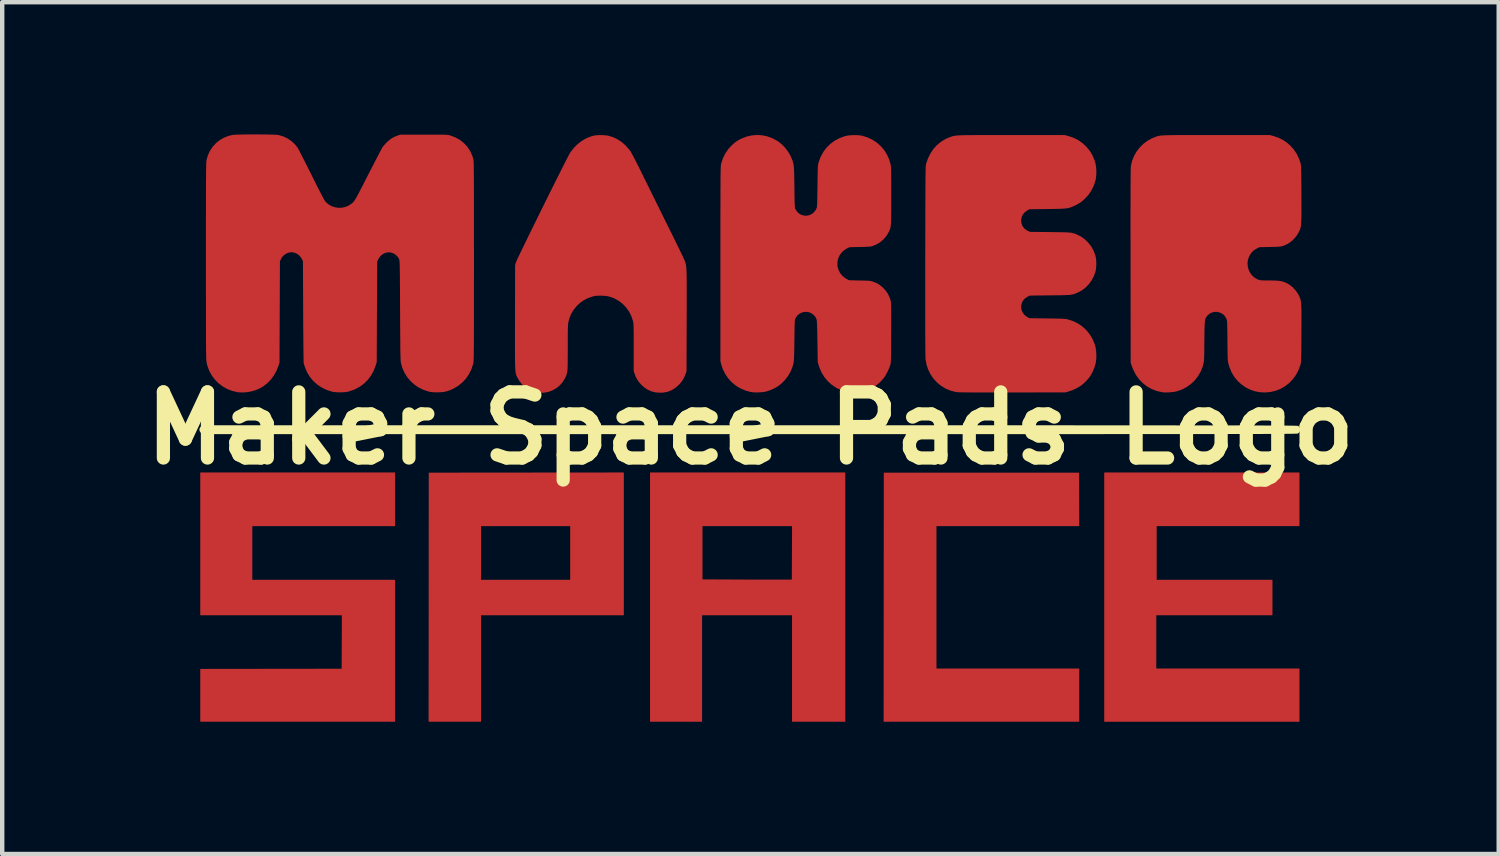
<source format=kicad_pcb>
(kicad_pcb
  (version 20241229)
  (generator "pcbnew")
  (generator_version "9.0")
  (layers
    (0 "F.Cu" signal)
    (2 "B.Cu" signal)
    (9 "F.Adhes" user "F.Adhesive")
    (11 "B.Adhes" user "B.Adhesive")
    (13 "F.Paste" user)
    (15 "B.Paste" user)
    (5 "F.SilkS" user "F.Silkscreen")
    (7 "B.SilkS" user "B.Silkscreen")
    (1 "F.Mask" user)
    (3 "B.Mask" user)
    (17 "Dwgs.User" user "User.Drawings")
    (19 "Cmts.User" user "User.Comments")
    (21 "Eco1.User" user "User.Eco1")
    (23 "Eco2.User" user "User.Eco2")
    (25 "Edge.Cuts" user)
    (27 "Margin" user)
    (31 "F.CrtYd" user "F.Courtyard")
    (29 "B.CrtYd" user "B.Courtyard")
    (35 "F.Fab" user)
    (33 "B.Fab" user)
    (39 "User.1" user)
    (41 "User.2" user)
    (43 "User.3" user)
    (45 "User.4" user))
  (footprint "Maker Space Pads Logo"
    (layer "F.Cu")
    (at 13.979 6.664)
    (property "Reference" "Maker Space Pads Logo" (at 0 0 0) (layer "F.SilkS") (effects (font (size 1.5 1.5) (thickness 0.3))))
    (attr board_only exclude_from_pos_files exclude_from_bom)
    (fp_poly (pts (xy 0.562 -0.064) (xy 1.122 -0.064) (xy 1.664 -0.064) (xy 2.189 -0.064) (xy 2.697 -0.064) (xy 3.188 -0.064) (xy 3.663 -0.064) (xy 4.121 -0.064) (xy 4.563 -0.064) (xy 4.989 -0.064) (xy 5.4 -0.064) (xy 5.795 -0.064) (xy 6.176 -0.064) (xy 6.542 -0.064) (xy 6.893 -0.064) (xy 7.231 -0.064) (xy 7.555 -0.063) (xy 7.865 -0.063) (xy 8.162 -0.063) (xy 8.446 -0.063) (xy 8.717 -0.063) (xy 8.976 -0.063) (xy 9.223 -0.063) (xy 9.458 -0.063) (xy 9.682 -0.062) (xy 9.894 -0.062) (xy 10.095 -0.062) (xy 10.286 -0.062) (xy 10.466 -0.062) (xy 10.636 -0.062) (xy 10.796 -0.061) (xy 10.947 -0.061) (xy 11.088 -0.061) (xy 11.22 -0.061) (xy 11.344 -0.06) (xy 11.459 -0.06) (xy 11.566 -0.06) (xy 11.665 -0.059) (xy 11.757 -0.059) (xy 11.841 -0.059) (xy 11.918 -0.058) (xy 11.989 -0.058) (xy 12.053 -0.058) (xy 12.111 -0.057) (xy 12.162 -0.057) (xy 12.209 -0.056) (xy 12.25 -0.056) (xy 12.286 -0.055) (xy 12.317 -0.055) (xy 12.343 -0.054) (xy 12.366 -0.054) (xy 12.384 -0.053) (xy 12.399 -0.053) (xy 12.41 -0.052) (xy 12.419 -0.051) (xy 12.424 -0.051) (xy 12.427 -0.05) (xy 12.428 -0.05) (xy 12.451 -0.026) (xy 12.468 0.005) (xy 12.476 0.035) (xy 12.476 0.037) (xy 12.468 0.07) (xy 12.448 0.101) (xy 12.421 0.123) (xy 12.421 0.123) (xy 12.419 0.124) (xy 12.413 0.125) (xy 12.405 0.125) (xy 12.393 0.126) (xy 12.378 0.126) (xy 12.359 0.127) (xy 12.336 0.128) (xy 12.308 0.128) (xy 12.276 0.129) (xy 12.238 0.129) (xy 12.195 0.129) (xy 12.147 0.13) (xy 12.093 0.13) (xy 12.033 0.131) (xy 11.966 0.131) (xy 11.893 0.132) (xy 11.813 0.132) (xy 11.726 0.132) (xy 11.631 0.133) (xy 11.528 0.133) (xy 11.417 0.133) (xy 11.298 0.133) (xy 11.17 0.134) (xy 11.033 0.134) (xy 10.887 0.134) (xy 10.732 0.135) (xy 10.567 0.135) (xy 10.392 0.135) (xy 10.206 0.135) (xy 10.01 0.135) (xy 9.803 0.136) (xy 9.585 0.136) (xy 9.355 0.136) (xy 9.114 0.136) (xy 8.861 0.136) (xy 8.595 0.136) (xy 8.317 0.136) (xy 8.026 0.136) (xy 7.722 0.137) (xy 7.404 0.137) (xy 7.073 0.137) (xy 6.728 0.137) (xy 6.369 0.137) (xy 5.995 0.137) (xy 5.606 0.137) (xy 5.202 0.137) (xy 4.783 0.137) (xy 4.348 0.137) (xy 3.898 0.137) (xy 3.431 0.137) (xy 2.947 0.137) (xy 2.447 0.137) (xy 1.93 0.137) (xy 1.396 0.137) (xy 0.843 0.137) (xy 0.273 0.137) (xy -0.023 0.137) (xy -12.441 0.137) (xy -12.472 0.106) (xy -12.498 0.07) (xy -12.505 0.033) (xy -12.495 -0.004) (xy -12.472 -0.033) (xy -12.441 -0.064) (xy -0.017 -0.064)) (stroke (width 0) (type solid)) (fill yes) (layer "F.SilkS"))
    (pad "1" smd custom (at -11.25 -5.75) (size 0.5 0.5) (layers "F.Cu" "F.Mask") (options (anchor circle)) (primitives (gr_poly (pts (xy 0.117 -0.914) (xy 0.204 -0.913) (xy 0.286 -0.912) (xy 0.361 -0.91) (xy 0.427 -0.908) (xy 0.481 -0.906) (xy 0.52 -0.903) (xy 0.541 -0.9) (xy 0.647 -0.869) (xy 0.746 -0.822) (xy 0.836 -0.761) (xy 0.915 -0.687) (xy 0.972 -0.616) (xy 0.981 -0.6) (xy 0.998 -0.569) (xy 1.021 -0.525) (xy 1.05 -0.469) (xy 1.084 -0.402) (xy 1.123 -0.326) (xy 1.165 -0.242) (xy 1.21 -0.152) (xy 1.258 -0.058) (xy 1.288 0.003) (xy 1.354 0.134) (xy 1.411 0.25) (xy 1.462 0.349) (xy 1.505 0.432) (xy 1.54 0.499) (xy 1.568 0.551) (xy 1.589 0.588) (xy 1.603 0.609) (xy 1.607 0.613) (xy 1.669 0.67) (xy 1.74 0.711) (xy 1.818 0.739) (xy 1.898 0.751) (xy 1.979 0.749) (xy 2.059 0.732) (xy 2.135 0.7) (xy 2.203 0.653) (xy 2.233 0.626) (xy 2.243 0.614) (xy 2.254 0.601) (xy 2.265 0.585) (xy 2.278 0.565) (xy 2.294 0.54) (xy 2.312 0.508) (xy 2.334 0.468) (xy 2.36 0.419) (xy 2.391 0.36) (xy 2.427 0.29) (xy 2.47 0.207) (xy 2.52 0.109) (xy 2.577 -0.003) (xy 2.577 -0.003) (xy 2.627 -0.1) (xy 2.675 -0.193) (xy 2.72 -0.281) (xy 2.762 -0.362) (xy 2.8 -0.435) (xy 2.833 -0.498) (xy 2.861 -0.551) (xy 2.882 -0.591) (xy 2.897 -0.617) (xy 2.902 -0.626) (xy 2.934 -0.666) (xy 2.974 -0.711) (xy 3.02 -0.755) (xy 3.066 -0.794) (xy 3.107 -0.825) (xy 3.115 -0.829) (xy 3.151 -0.849) (xy 3.194 -0.869) (xy 3.233 -0.884) (xy 3.3 -0.909) (xy 3.836 -0.909) (xy 3.948 -0.909) (xy 4.044 -0.909) (xy 4.125 -0.909) (xy 4.192 -0.908) (xy 4.247 -0.908) (xy 4.291 -0.907) (xy 4.327 -0.906) (xy 4.355 -0.904) (xy 4.378 -0.902) (xy 4.396 -0.9) (xy 4.412 -0.897) (xy 4.426 -0.893) (xy 4.442 -0.889) (xy 4.443 -0.888) (xy 4.553 -0.847) (xy 4.654 -0.791) (xy 4.743 -0.721) (xy 4.821 -0.639) (xy 4.885 -0.545) (xy 4.934 -0.44) (xy 4.959 -0.364) (xy 4.961 -0.357) (xy 4.963 -0.349) (xy 4.964 -0.339) (xy 4.965 -0.326) (xy 4.967 -0.309) (xy 4.968 -0.289) (xy 4.969 -0.263) (xy 4.97 -0.233) (xy 4.971 -0.196) (xy 4.971 -0.152) (xy 4.972 -0.101) (xy 4.973 -0.042) (xy 4.973 0.027) (xy 4.974 0.105) (xy 4.974 0.193) (xy 4.974 0.292) (xy 4.975 0.402) (xy 4.975 0.525) (xy 4.975 0.661) (xy 4.975 0.811) (xy 4.975 0.975) (xy 4.975 1.155) (xy 4.975 1.349) (xy 4.975 1.561) (xy 4.976 1.789) (xy 4.976 1.961) (xy 4.976 2.202) (xy 4.975 2.425) (xy 4.975 2.632) (xy 4.975 2.822) (xy 4.975 2.997) (xy 4.975 3.157) (xy 4.975 3.302) (xy 4.975 3.434) (xy 4.975 3.554) (xy 4.974 3.661) (xy 4.974 3.757) (xy 4.974 3.842) (xy 4.973 3.917) (xy 4.972 3.983) (xy 4.972 4.04) (xy 4.971 4.089) (xy 4.97 4.131) (xy 4.969 4.166) (xy 4.969 4.195) (xy 4.967 4.219) (xy 4.966 4.239) (xy 4.965 4.254) (xy 4.964 4.267) (xy 4.962 4.276) (xy 4.96 4.285) (xy 4.959 4.289) (xy 4.919 4.411) (xy 4.864 4.523) (xy 4.795 4.625) (xy 4.712 4.714) (xy 4.616 4.791) (xy 4.508 4.855) (xy 4.494 4.862) (xy 4.421 4.894) (xy 4.353 4.916) (xy 4.283 4.93) (xy 4.207 4.937) (xy 4.147 4.938) (xy 4.086 4.938) (xy 4.038 4.935) (xy 3.996 4.93) (xy 3.954 4.922) (xy 3.943 4.919) (xy 3.827 4.881) (xy 3.72 4.828) (xy 3.621 4.76) (xy 3.534 4.68) (xy 3.458 4.589) (xy 3.396 4.488) (xy 3.348 4.379) (xy 3.319 4.273) (xy 3.317 4.261) (xy 3.315 4.245) (xy 3.313 4.226) (xy 3.312 4.201) (xy 3.31 4.171) (xy 3.309 4.134) (xy 3.308 4.089) (xy 3.306 4.035) (xy 3.305 3.971) (xy 3.304 3.896) (xy 3.304 3.809) (xy 3.303 3.709) (xy 3.302 3.596) (xy 3.301 3.468) (xy 3.3 3.323) (xy 3.3 3.162) (xy 3.299 3.079) (xy 3.298 2.912) (xy 3.298 2.763) (xy 3.297 2.63) (xy 3.296 2.512) (xy 3.295 2.408) (xy 3.295 2.318) (xy 3.294 2.241) (xy 3.293 2.174) (xy 3.292 2.118) (xy 3.291 2.072) (xy 3.29 2.033) (xy 3.289 2.003) (xy 3.287 1.978) (xy 3.286 1.959) (xy 3.284 1.945) (xy 3.282 1.933) (xy 3.28 1.925) (xy 3.277 1.917) (xy 3.275 1.912) (xy 3.247 1.865) (xy 3.206 1.823) (xy 3.156 1.789) (xy 3.115 1.772) (xy 3.048 1.761) (xy 2.984 1.768) (xy 2.924 1.791) (xy 2.871 1.829) (xy 2.826 1.882) (xy 2.803 1.924) (xy 2.779 1.974) (xy 2.774 3.114) (xy 2.769 4.253) (xy 2.748 4.321) (xy 2.702 4.444) (xy 2.642 4.555) (xy 2.568 4.654) (xy 2.482 4.739) (xy 2.384 4.811) (xy 2.275 4.87) (xy 2.155 4.913) (xy 2.117 4.923) (xy 2.068 4.932) (xy 2.006 4.937) (xy 1.939 4.939) (xy 1.871 4.937) (xy 1.809 4.932) (xy 1.758 4.924) (xy 1.756 4.923) (xy 1.636 4.885) (xy 1.525 4.832) (xy 1.424 4.765) (xy 1.334 4.686) (xy 1.257 4.595) (xy 1.194 4.494) (xy 1.146 4.383) (xy 1.138 4.359) (xy 1.127 4.325) (xy 1.118 4.294) (xy 1.112 4.276) (xy 1.111 4.264) (xy 1.11 4.235) (xy 1.109 4.19) (xy 1.108 4.13) (xy 1.107 4.056) (xy 1.106 3.97) (xy 1.105 3.872) (xy 1.104 3.763) (xy 1.103 3.645) (xy 1.102 3.519) (xy 1.101 3.386) (xy 1.1 3.247) (xy 1.1 3.109) (xy 1.095 1.965) (xy 1.073 1.917) (xy 1.038 1.862) (xy 0.992 1.816) (xy 0.936 1.782) (xy 0.875 1.763) (xy 0.834 1.759) (xy 0.771 1.768) (xy 0.711 1.793) (xy 0.658 1.831) (xy 0.615 1.88) (xy 0.595 1.917) (xy 0.573 1.965) (xy 0.568 3.114) (xy 0.563 4.263) (xy 0.543 4.327) (xy 0.496 4.447) (xy 0.435 4.557) (xy 0.363 4.654) (xy 0.278 4.739) (xy 0.184 4.81) (xy 0.08 4.866) (xy -0.033 4.907) (xy -0.152 4.932) (xy -0.237 4.94) (xy -0.285 4.941) (xy -0.332 4.94) (xy -0.372 4.937) (xy -0.388 4.935) (xy -0.508 4.907) (xy -0.62 4.864) (xy -0.725 4.805) (xy -0.819 4.734) (xy -0.903 4.65) (xy -0.974 4.555) (xy -1.031 4.451) (xy -1.073 4.338) (xy -1.089 4.272) (xy -1.091 4.263) (xy -1.093 4.252) (xy -1.095 4.241) (xy -1.096 4.227) (xy -1.097 4.21) (xy -1.099 4.189) (xy -1.1 4.164) (xy -1.101 4.134) (xy -1.101 4.098) (xy -1.102 4.056) (xy -1.103 4.007) (xy -1.104 3.949) (xy -1.104 3.884) (xy -1.105 3.809) (xy -1.105 3.723) (xy -1.105 3.628) (xy -1.106 3.521) (xy -1.106 3.401) (xy -1.106 3.269) (xy -1.106 3.124) (xy -1.106 2.964) (xy -1.106 2.79) (xy -1.107 2.6) (xy -1.107 2.393) (xy -1.107 2.17) (xy -1.107 1.962) (xy -1.107 1.722) (xy -1.107 1.499) (xy -1.107 1.293) (xy -1.107 1.104) (xy -1.106 0.929) (xy -1.106 0.77) (xy -1.106 0.625) (xy -1.106 0.494) (xy -1.106 0.375) (xy -1.105 0.268) (xy -1.105 0.173) (xy -1.104 0.089) (xy -1.104 0.014) (xy -1.103 -0.051) (xy -1.103 -0.107) (xy -1.102 -0.155) (xy -1.101 -0.196) (xy -1.1 -0.23) (xy -1.099 -0.259) (xy -1.098 -0.282) (xy -1.097 -0.3) (xy -1.095 -0.315) (xy -1.094 -0.326) (xy -1.092 -0.335) (xy -1.061 -0.443) (xy -1.014 -0.543) (xy -0.953 -0.634) (xy -0.879 -0.715) (xy -0.793 -0.784) (xy -0.698 -0.84) (xy -0.594 -0.88) (xy -0.512 -0.9) (xy -0.483 -0.904) (xy -0.439 -0.907) (xy -0.382 -0.909) (xy -0.313 -0.911) (xy -0.235 -0.913) (xy -0.151 -0.914) (xy -0.063 -0.914) (xy 0.027 -0.914)) (width 0) (fill yes))))
    (pad "2" smd custom (at -3.75 -4.5) (size 0.5 0.5) (layers "F.Cu" "F.Mask") (options (anchor circle)) (primitives (gr_poly (pts (xy 0.406 -2.147) (xy 0.461 -2.144) (xy 0.507 -2.138) (xy 0.514 -2.137) (xy 0.624 -2.104) (xy 0.729 -2.055) (xy 0.828 -1.99) (xy 0.919 -1.911) (xy 0.999 -1.819) (xy 1.028 -1.779) (xy 1.041 -1.758) (xy 1.061 -1.721) (xy 1.087 -1.672) (xy 1.119 -1.612) (xy 1.154 -1.543) (xy 1.193 -1.467) (xy 1.234 -1.385) (xy 1.276 -1.3) (xy 1.29 -1.271) (xy 1.328 -1.193) (xy 1.374 -1.101) (xy 1.425 -0.997) (xy 1.481 -0.884) (xy 1.541 -0.763) (xy 1.603 -0.637) (xy 1.667 -0.508) (xy 1.731 -0.378) (xy 1.794 -0.25) (xy 1.856 -0.126) (xy 1.876 -0.085) (xy 1.931 0.026) (xy 1.984 0.133) (xy 2.034 0.235) (xy 2.081 0.331) (xy 2.124 0.419) (xy 2.162 0.498) (xy 2.196 0.568) (xy 2.223 0.626) (xy 2.244 0.672) (xy 2.259 0.704) (xy 2.265 0.721) (xy 2.265 0.721) (xy 2.271 0.739) (xy 2.276 0.757) (xy 2.281 0.775) (xy 2.285 0.795) (xy 2.288 0.816) (xy 2.292 0.84) (xy 2.294 0.869) (xy 2.297 0.903) (xy 2.298 0.943) (xy 2.3 0.99) (xy 2.301 1.046) (xy 2.302 1.11) (xy 2.303 1.185) (xy 2.303 1.272) (xy 2.303 1.371) (xy 2.303 1.483) (xy 2.303 1.609) (xy 2.303 1.751) (xy 2.303 1.909) (xy 2.302 2.056) (xy 2.299 3.205) (xy 2.278 3.269) (xy 2.244 3.353) (xy 2.202 3.426) (xy 2.147 3.494) (xy 2.117 3.525) (xy 2.038 3.593) (xy 1.955 3.643) (xy 1.866 3.677) (xy 1.769 3.694) (xy 1.7 3.697) (xy 1.597 3.69) (xy 1.503 3.667) (xy 1.415 3.627) (xy 1.333 3.571) (xy 1.274 3.517) (xy 1.22 3.456) (xy 1.178 3.396) (xy 1.144 3.329) (xy 1.122 3.269) (xy 1.1 3.205) (xy 1.1 2.669) (xy 1.1 2.555) (xy 1.1 2.458) (xy 1.1 2.376) (xy 1.099 2.307) (xy 1.098 2.251) (xy 1.097 2.205) (xy 1.096 2.168) (xy 1.094 2.139) (xy 1.092 2.116) (xy 1.09 2.097) (xy 1.087 2.082) (xy 1.084 2.072) (xy 1.047 1.96) (xy 0.995 1.857) (xy 0.929 1.764) (xy 0.851 1.682) (xy 0.762 1.613) (xy 0.664 1.559) (xy 0.647 1.551) (xy 0.578 1.526) (xy 0.513 1.508) (xy 0.445 1.499) (xy 0.367 1.495) (xy 0.345 1.495) (xy 0.291 1.496) (xy 0.249 1.498) (xy 0.213 1.503) (xy 0.177 1.512) (xy 0.15 1.52) (xy 0.051 1.555) (xy -0.035 1.6) (xy -0.114 1.656) (xy -0.19 1.727) (xy -0.192 1.729) (xy -0.264 1.817) (xy -0.321 1.912) (xy -0.362 2.016) (xy -0.382 2.095) (xy -0.385 2.113) (xy -0.388 2.134) (xy -0.39 2.16) (xy -0.392 2.193) (xy -0.393 2.234) (xy -0.395 2.285) (xy -0.395 2.346) (xy -0.396 2.421) (xy -0.396 2.51) (xy -0.396 2.615) (xy -0.396 2.676) (xy -0.396 2.792) (xy -0.397 2.89) (xy -0.397 2.974) (xy -0.398 3.044) (xy -0.399 3.103) (xy -0.401 3.152) (xy -0.404 3.192) (xy -0.409 3.225) (xy -0.414 3.254) (xy -0.42 3.279) (xy -0.429 3.302) (xy -0.438 3.325) (xy -0.45 3.349) (xy -0.46 3.37) (xy -0.512 3.455) (xy -0.577 3.53) (xy -0.653 3.592) (xy -0.739 3.642) (xy -0.831 3.677) (xy -0.929 3.696) (xy -1.029 3.699) (xy -1.078 3.695) (xy -1.178 3.672) (xy -1.271 3.632) (xy -1.357 3.577) (xy -1.432 3.509) (xy -1.496 3.428) (xy -1.536 3.359) (xy -1.545 3.342) (xy -1.552 3.327) (xy -1.559 3.312) (xy -1.565 3.297) (xy -1.57 3.281) (xy -1.575 3.261) (xy -1.579 3.239) (xy -1.583 3.212) (xy -1.585 3.179) (xy -1.588 3.141) (xy -1.59 3.095) (xy -1.591 3.04) (xy -1.593 2.977) (xy -1.593 2.903) (xy -1.594 2.817) (xy -1.594 2.72) (xy -1.594 2.609) (xy -1.594 2.484) (xy -1.594 2.344) (xy -1.594 2.188) (xy -1.593 2.015) (xy -1.593 1.98) (xy -1.591 0.798) (xy -1.562 0.715) (xy -1.554 0.696) (xy -1.539 0.662) (xy -1.516 0.615) (xy -1.487 0.554) (xy -1.452 0.481) (xy -1.412 0.398) (xy -1.367 0.306) (xy -1.318 0.205) (xy -1.266 0.098) (xy -1.21 -0.016) (xy -1.152 -0.134) (xy -1.092 -0.255) (xy -1.031 -0.38) (xy -0.969 -0.505) (xy -0.907 -0.63) (xy -0.845 -0.755) (xy -0.785 -0.877) (xy -0.725 -0.996) (xy -0.669 -1.11) (xy -0.614 -1.218) (xy -0.563 -1.32) (xy -0.516 -1.413) (xy -0.474 -1.497) (xy -0.436 -1.571) (xy -0.404 -1.634) (xy -0.378 -1.683) (xy -0.359 -1.719) (xy -0.348 -1.74) (xy -0.346 -1.743) (xy -0.265 -1.851) (xy -0.175 -1.942) (xy -0.077 -2.018) (xy 0.029 -2.078) (xy 0.145 -2.123) (xy 0.199 -2.137) (xy 0.237 -2.143) (xy 0.289 -2.147) (xy 0.347 -2.148)) (width 0) (fill yes))))
    (pad "3" smd custom (at 1 -3.75) (size 0.5 0.5) (layers "F.Cu" "F.Mask") (options (anchor circle)) (primitives (gr_poly (pts (xy -0.728 -2.893) (xy -0.611 -2.867) (xy -0.498 -2.825) (xy -0.389 -2.766) (xy -0.373 -2.755) (xy -0.294 -2.693) (xy -0.219 -2.617) (xy -0.153 -2.531) (xy -0.098 -2.44) (xy -0.065 -2.367) (xy -0.053 -2.336) (xy -0.043 -2.308) (xy -0.034 -2.281) (xy -0.027 -2.254) (xy -0.022 -2.224) (xy -0.017 -2.19) (xy -0.014 -2.149) (xy -0.011 -2.1) (xy -0.009 -2.042) (xy -0.007 -1.972) (xy -0.006 -1.889) (xy -0.004 -1.79) (xy -0.003 -1.714) (xy -0.002 -1.611) (xy -0.001 -1.523) (xy 0.000227 -1.451) (xy 0.001 -1.393) (xy 0.003 -1.346) (xy 0.004 -1.309) (xy 0.006 -1.281) (xy 0.008 -1.261) (xy 0.011 -1.245) (xy 0.014 -1.233) (xy 0.018 -1.224) (xy 0.022 -1.215) (xy 0.022 -1.215) (xy 0.055 -1.164) (xy 0.091 -1.126) (xy 0.138 -1.097) (xy 0.142 -1.095) (xy 0.205 -1.074) (xy 0.269 -1.069) (xy 0.331 -1.081) (xy 0.389 -1.107) (xy 0.44 -1.147) (xy 0.48 -1.2) (xy 0.495 -1.228) (xy 0.499 -1.238) (xy 0.503 -1.249) (xy 0.506 -1.263) (xy 0.508 -1.28) (xy 0.51 -1.304) (xy 0.512 -1.334) (xy 0.514 -1.374) (xy 0.515 -1.423) (xy 0.516 -1.486) (xy 0.517 -1.561) (xy 0.519 -1.653) (xy 0.52 -1.742) (xy 0.521 -1.847) (xy 0.522 -1.936) (xy 0.524 -2.01) (xy 0.525 -2.071) (xy 0.526 -2.12) (xy 0.528 -2.159) (xy 0.53 -2.191) (xy 0.532 -2.215) (xy 0.535 -2.236) (xy 0.538 -2.253) (xy 0.542 -2.269) (xy 0.546 -2.282) (xy 0.591 -2.403) (xy 0.65 -2.512) (xy 0.723 -2.611) (xy 0.809 -2.696) (xy 0.907 -2.769) (xy 1.017 -2.828) (xy 1.137 -2.872) (xy 1.159 -2.879) (xy 1.213 -2.889) (xy 1.279 -2.896) (xy 1.351 -2.898) (xy 1.423 -2.897) (xy 1.488 -2.892) (xy 1.538 -2.883) (xy 1.658 -2.845) (xy 1.769 -2.792) (xy 1.87 -2.725) (xy 1.959 -2.645) (xy 2.036 -2.555) (xy 2.099 -2.453) (xy 2.148 -2.343) (xy 2.181 -2.225) (xy 2.185 -2.205) (xy 2.187 -2.183) (xy 2.189 -2.144) (xy 2.19 -2.088) (xy 2.192 -2.016) (xy 2.193 -1.928) (xy 2.194 -1.824) (xy 2.194 -1.706) (xy 2.194 -1.574) (xy 2.194 -1.514) (xy 2.194 -1.384) (xy 2.194 -1.272) (xy 2.194 -1.175) (xy 2.193 -1.092) (xy 2.192 -1.022) (xy 2.191 -0.963) (xy 2.189 -0.914) (xy 2.186 -0.873) (xy 2.183 -0.839) (xy 2.178 -0.811) (xy 2.173 -0.787) (xy 2.167 -0.766) (xy 2.159 -0.747) (xy 2.151 -0.727) (xy 2.141 -0.706) (xy 2.139 -0.703) (xy 2.086 -0.612) (xy 2.019 -0.533) (xy 1.94 -0.466) (xy 1.848 -0.413) (xy 1.789 -0.389) (xy 1.768 -0.382) (xy 1.749 -0.376) (xy 1.728 -0.371) (xy 1.704 -0.368) (xy 1.673 -0.366) (xy 1.632 -0.364) (xy 1.58 -0.362) (xy 1.513 -0.361) (xy 1.485 -0.36) (xy 1.247 -0.355) (xy 1.187 -0.326) (xy 1.119 -0.282) (xy 1.062 -0.227) (xy 1.017 -0.162) (xy 0.987 -0.089) (xy 0.972 -0.012) (xy 0.973 0.067) (xy 0.975 0.081) (xy 0.998 0.161) (xy 1.036 0.235) (xy 1.088 0.298) (xy 1.151 0.349) (xy 1.185 0.368) (xy 1.238 0.395) (xy 1.481 0.401) (xy 1.553 0.402) (xy 1.611 0.404) (xy 1.655 0.405) (xy 1.689 0.407) (xy 1.716 0.41) (xy 1.737 0.414) (xy 1.757 0.419) (xy 1.776 0.426) (xy 1.797 0.434) (xy 1.836 0.45) (xy 1.874 0.467) (xy 1.902 0.482) (xy 1.906 0.484) (xy 1.989 0.547) (xy 2.06 0.621) (xy 2.118 0.704) (xy 2.161 0.795) (xy 2.181 0.861) (xy 2.184 0.875) (xy 2.186 0.892) (xy 2.188 0.913) (xy 2.19 0.94) (xy 2.191 0.973) (xy 2.192 1.015) (xy 2.193 1.066) (xy 2.193 1.129) (xy 2.193 1.203) (xy 2.193 1.291) (xy 2.193 1.394) (xy 2.193 1.514) (xy 2.192 1.593) (xy 2.192 1.72) (xy 2.191 1.829) (xy 2.191 1.924) (xy 2.19 2.004) (xy 2.189 2.071) (xy 2.188 2.126) (xy 2.187 2.172) (xy 2.186 2.208) (xy 2.185 2.237) (xy 2.183 2.26) (xy 2.181 2.279) (xy 2.178 2.294) (xy 2.175 2.306) (xy 2.172 2.319) (xy 2.169 2.327) (xy 2.141 2.402) (xy 2.105 2.48) (xy 2.065 2.553) (xy 2.029 2.607) (xy 1.951 2.698) (xy 1.862 2.775) (xy 1.764 2.838) (xy 1.659 2.886) (xy 1.548 2.92) (xy 1.434 2.938) (xy 1.319 2.941) (xy 1.203 2.928) (xy 1.089 2.899) (xy 0.979 2.853) (xy 0.943 2.833) (xy 0.841 2.764) (xy 0.751 2.682) (xy 0.674 2.588) (xy 0.61 2.483) (xy 0.561 2.368) (xy 0.551 2.335) (xy 0.526 2.253) (xy 0.519 1.79) (xy 0.517 1.679) (xy 0.515 1.58) (xy 0.513 1.493) (xy 0.51 1.42) (xy 0.508 1.362) (xy 0.505 1.32) (xy 0.503 1.295) (xy 0.502 1.29) (xy 0.479 1.237) (xy 0.441 1.19) (xy 0.393 1.151) (xy 0.338 1.124) (xy 0.301 1.115) (xy 0.231 1.112) (xy 0.166 1.127) (xy 0.107 1.158) (xy 0.057 1.203) (xy 0.023 1.254) (xy 0.018 1.263) (xy 0.014 1.272) (xy 0.011 1.283) (xy 0.008 1.298) (xy 0.006 1.318) (xy 0.004 1.345) (xy 0.003 1.38) (xy 0.001 1.425) (xy 0.000291 1.481) (xy -0.001 1.551) (xy -0.002 1.636) (xy -0.003 1.737) (xy -0.004 1.755) (xy -0.005 1.863) (xy -0.006 1.954) (xy -0.008 2.031) (xy -0.01 2.096) (xy -0.012 2.149) (xy -0.014 2.193) (xy -0.018 2.229) (xy -0.022 2.26) (xy -0.027 2.288) (xy -0.033 2.313) (xy -0.04 2.338) (xy -0.049 2.365) (xy -0.049 2.368) (xy -0.092 2.47) (xy -0.149 2.568) (xy -0.22 2.66) (xy -0.3 2.741) (xy -0.372 2.797) (xy -0.425 2.83) (xy -0.49 2.862) (xy -0.558 2.891) (xy -0.622 2.913) (xy -0.638 2.918) (xy -0.705 2.931) (xy -0.781 2.938) (xy -0.86 2.941) (xy -0.935 2.938) (xy -0.992 2.931) (xy -1.112 2.899) (xy -1.225 2.851) (xy -1.328 2.789) (xy -1.421 2.713) (xy -1.503 2.625) (xy -1.571 2.526) (xy -1.626 2.417) (xy -1.661 2.313) (xy -1.682 2.235) (xy -1.682 0.025) (xy -1.682 -0.213) (xy -1.682 -0.433) (xy -1.682 -0.636) (xy -1.682 -0.823) (xy -1.682 -0.994) (xy -1.682 -1.151) (xy -1.681 -1.293) (xy -1.681 -1.422) (xy -1.681 -1.539) (xy -1.681 -1.643) (xy -1.68 -1.736) (xy -1.68 -1.819) (xy -1.68 -1.891) (xy -1.679 -1.955) (xy -1.678 -2.01) (xy -1.678 -2.057) (xy -1.677 -2.097) (xy -1.676 -2.13) (xy -1.675 -2.158) (xy -1.674 -2.181) (xy -1.673 -2.2) (xy -1.671 -2.215) (xy -1.67 -2.227) (xy -1.668 -2.237) (xy -1.666 -2.246) (xy -1.665 -2.254) (xy -1.664 -2.254) (xy -1.625 -2.375) (xy -1.57 -2.485) (xy -1.5 -2.586) (xy -1.429 -2.662) (xy -1.375 -2.712) (xy -1.325 -2.751) (xy -1.273 -2.784) (xy -1.213 -2.816) (xy -1.197 -2.823) (xy -1.083 -2.866) (xy -0.966 -2.892) (xy -0.847 -2.901)) (width 0) (fill yes))))
    (pad "4" smd custom (at 6.25 -3.75) (size 0.5 0.5) (layers "F.Cu" "F.Mask") (options (anchor circle)) (primitives (gr_poly (pts (xy -0.332 -2.9) (xy 0.876 -2.9) (xy 0.958 -2.879) (xy 1.075 -2.84) (xy 1.184 -2.786) (xy 1.283 -2.717) (xy 1.371 -2.636) (xy 1.447 -2.543) (xy 1.51 -2.439) (xy 1.557 -2.327) (xy 1.578 -2.257) (xy 1.592 -2.174) (xy 1.598 -2.081) (xy 1.596 -1.987) (xy 1.585 -1.899) (xy 1.577 -1.867) (xy 1.539 -1.748) (xy 1.484 -1.638) (xy 1.414 -1.537) (xy 1.341 -1.458) (xy 1.287 -1.409) (xy 1.236 -1.369) (xy 1.181 -1.336) (xy 1.116 -1.302) (xy 1.08 -1.285) (xy 1.048 -1.271) (xy 1.018 -1.26) (xy 0.987 -1.25) (xy 0.954 -1.242) (xy 0.917 -1.236) (xy 0.873 -1.232) (xy 0.821 -1.228) (xy 0.759 -1.226) (xy 0.684 -1.224) (xy 0.595 -1.222) (xy 0.49 -1.221) (xy 0.487 -1.221) (xy 0.079 -1.216) (xy 0.03 -1.188) (xy -0.028 -1.147) (xy -0.07 -1.096) (xy -0.097 -1.036) (xy -0.108 -0.969) (xy -0.108 -0.959) (xy -0.1 -0.891) (xy -0.075 -0.83) (xy -0.035 -0.778) (xy 0.02 -0.738) (xy 0.036 -0.729) (xy 0.089 -0.703) (xy 0.546 -0.698) (xy 0.653 -0.697) (xy 0.743 -0.695) (xy 0.818 -0.694) (xy 0.881 -0.693) (xy 0.932 -0.691) (xy 0.974 -0.688) (xy 1.009 -0.685) (xy 1.038 -0.681) (xy 1.063 -0.675) (xy 1.086 -0.669) (xy 1.109 -0.661) (xy 1.134 -0.652) (xy 1.151 -0.645) (xy 1.247 -0.598) (xy 1.335 -0.535) (xy 1.413 -0.459) (xy 1.481 -0.373) (xy 1.534 -0.277) (xy 1.573 -0.175) (xy 1.582 -0.143) (xy 1.592 -0.081) (xy 1.597 -0.009) (xy 1.596 0.067) (xy 1.589 0.139) (xy 1.578 0.2) (xy 1.541 0.303) (xy 1.49 0.399) (xy 1.425 0.487) (xy 1.349 0.564) (xy 1.264 0.628) (xy 1.171 0.677) (xy 1.162 0.681) (xy 1.134 0.692) (xy 1.109 0.702) (xy 1.085 0.71) (xy 1.061 0.716) (xy 1.034 0.721) (xy 1.004 0.726) (xy 0.967 0.729) (xy 0.922 0.731) (xy 0.868 0.733) (xy 0.803 0.735) (xy 0.724 0.736) (xy 0.63 0.737) (xy 0.546 0.738) (xy 0.089 0.743) (xy 0.036 0.769) (xy -0.02 0.805) (xy -0.062 0.852) (xy -0.091 0.905) (xy -0.106 0.963) (xy -0.108 1.022) (xy -0.096 1.081) (xy -0.07 1.136) (xy -0.031 1.185) (xy 0.022 1.225) (xy 0.032 1.231) (xy 0.079 1.256) (xy 0.482 1.261) (xy 0.58 1.263) (xy 0.661 1.264) (xy 0.727 1.265) (xy 0.782 1.267) (xy 0.825 1.269) (xy 0.86 1.271) (xy 0.888 1.273) (xy 0.912 1.276) (xy 0.932 1.28) (xy 0.952 1.284) (xy 0.962 1.287) (xy 1.08 1.326) (xy 1.188 1.381) (xy 1.287 1.45) (xy 1.375 1.532) (xy 1.45 1.626) (xy 1.512 1.729) (xy 1.559 1.842) (xy 1.578 1.907) (xy 1.592 1.991) (xy 1.598 2.083) (xy 1.596 2.177) (xy 1.585 2.266) (xy 1.577 2.298) (xy 1.556 2.368) (xy 1.527 2.442) (xy 1.493 2.513) (xy 1.458 2.573) (xy 1.456 2.575) (xy 1.421 2.621) (xy 1.377 2.671) (xy 1.327 2.72) (xy 1.278 2.763) (xy 1.25 2.785) (xy 1.187 2.825) (xy 1.112 2.864) (xy 1.034 2.897) (xy 0.967 2.919) (xy 0.894 2.94) (xy -0.314 2.941) (xy -0.493 2.942) (xy -0.654 2.942) (xy -0.799 2.942) (xy -0.928 2.942) (xy -1.042 2.942) (xy -1.143 2.941) (xy -1.231 2.941) (xy -1.307 2.94) (xy -1.371 2.94) (xy -1.426 2.939) (xy -1.472 2.938) (xy -1.509 2.937) (xy -1.539 2.935) (xy -1.562 2.934) (xy -1.579 2.932) (xy -1.592 2.93) (xy -1.593 2.93) (xy -1.71 2.9) (xy -1.82 2.854) (xy -1.922 2.793) (xy -2.013 2.719) (xy -2.093 2.633) (xy -2.161 2.536) (xy -2.215 2.43) (xy -2.254 2.317) (xy -2.277 2.196) (xy -2.278 2.186) (xy -2.279 2.165) (xy -2.28 2.126) (xy -2.281 2.069) (xy -2.282 1.993) (xy -2.283 1.899) (xy -2.284 1.787) (xy -2.284 1.657) (xy -2.285 1.509) (xy -2.285 1.343) (xy -2.285 1.158) (xy -2.285 0.956) (xy -2.285 0.735) (xy -2.285 0.497) (xy -2.285 0.24) (xy -2.285 -0.034) (xy -2.285 -0.044) (xy -2.284 -0.278) (xy -2.284 -0.495) (xy -2.284 -0.695) (xy -2.283 -0.879) (xy -2.283 -1.047) (xy -2.283 -1.201) (xy -2.282 -1.34) (xy -2.282 -1.467) (xy -2.281 -1.58) (xy -2.281 -1.681) (xy -2.28 -1.772) (xy -2.28 -1.851) (xy -2.279 -1.921) (xy -2.278 -1.982) (xy -2.278 -2.034) (xy -2.277 -2.078) (xy -2.276 -2.116) (xy -2.275 -2.147) (xy -2.274 -2.172) (xy -2.273 -2.193) (xy -2.271 -2.209) (xy -2.27 -2.222) (xy -2.268 -2.232) (xy -2.267 -2.24) (xy -2.266 -2.243) (xy -2.223 -2.368) (xy -2.167 -2.482) (xy -2.098 -2.585) (xy -2.017 -2.674) (xy -1.924 -2.75) (xy -1.821 -2.812) (xy -1.715 -2.856) (xy -1.697 -2.863) (xy -1.68 -2.868) (xy -1.664 -2.873) (xy -1.647 -2.877) (xy -1.628 -2.881) (xy -1.607 -2.885) (xy -1.582 -2.888) (xy -1.552 -2.89) (xy -1.516 -2.892) (xy -1.474 -2.894) (xy -1.424 -2.896) (xy -1.366 -2.897) (xy -1.298 -2.898) (xy -1.219 -2.898) (xy -1.129 -2.899) (xy -1.026 -2.899) (xy -0.909 -2.9) (xy -0.778 -2.9) (xy -0.631 -2.9) (xy -0.468 -2.9)) (width 0) (fill yes))))
    (pad "5" smd custom (at 10.75 -4.25) (size 0.5 0.5) (layers "F.Cu" "F.Mask") (options (anchor circle)) (primitives (gr_poly (pts (xy -0.498 -2.4) (xy -0.335 -2.4) (xy -0.187 -2.4) (xy 1.035 -2.4) (xy 1.122 -2.376) (xy 1.232 -2.338) (xy 1.33 -2.29) (xy 1.422 -2.227) (xy 1.496 -2.162) (xy 1.575 -2.075) (xy 1.641 -1.979) (xy 1.693 -1.872) (xy 1.729 -1.768) (xy 1.733 -1.755) (xy 1.736 -1.742) (xy 1.738 -1.727) (xy 1.741 -1.708) (xy 1.743 -1.685) (xy 1.744 -1.656) (xy 1.745 -1.62) (xy 1.747 -1.575) (xy 1.748 -1.52) (xy 1.748 -1.453) (xy 1.749 -1.374) (xy 1.75 -1.28) (xy 1.75 -1.17) (xy 1.751 -1.053) (xy 1.751 -0.921) (xy 1.752 -0.805) (xy 1.752 -0.705) (xy 1.752 -0.619) (xy 1.751 -0.546) (xy 1.75 -0.484) (xy 1.748 -0.432) (xy 1.745 -0.389) (xy 1.742 -0.352) (xy 1.737 -0.321) (xy 1.731 -0.295) (xy 1.724 -0.271) (xy 1.716 -0.249) (xy 1.706 -0.227) (xy 1.695 -0.204) (xy 1.688 -0.189) (xy 1.651 -0.128) (xy 1.603 -0.067) (xy 1.549 -0.01) (xy 1.491 0.037) (xy 1.435 0.072) (xy 1.433 0.073) (xy 1.396 0.091) (xy 1.365 0.104) (xy 1.336 0.115) (xy 1.307 0.123) (xy 1.274 0.129) (xy 1.236 0.133) (xy 1.188 0.136) (xy 1.129 0.138) (xy 1.054 0.139) (xy 1.039 0.14) (xy 0.797 0.145) (xy 0.746 0.171) (xy 0.694 0.201) (xy 0.654 0.231) (xy 0.621 0.266) (xy 0.599 0.295) (xy 0.56 0.364) (xy 0.536 0.438) (xy 0.528 0.514) (xy 0.535 0.59) (xy 0.555 0.663) (xy 0.589 0.73) (xy 0.635 0.79) (xy 0.693 0.84) (xy 0.762 0.878) (xy 0.772 0.882) (xy 0.79 0.888) (xy 0.808 0.892) (xy 0.831 0.896) (xy 0.86 0.898) (xy 0.899 0.899) (xy 0.951 0.9) (xy 1.017 0.9) (xy 1.024 0.9) (xy 1.109 0.901) (xy 1.179 0.903) (xy 1.237 0.908) (xy 1.286 0.915) (xy 1.33 0.926) (xy 1.371 0.94) (xy 1.413 0.959) (xy 1.436 0.97) (xy 1.504 1.014) (xy 1.57 1.072) (xy 1.629 1.138) (xy 1.676 1.209) (xy 1.687 1.23) (xy 1.7 1.255) (xy 1.71 1.278) (xy 1.719 1.299) (xy 1.727 1.322) (xy 1.734 1.346) (xy 1.739 1.374) (xy 1.743 1.407) (xy 1.746 1.446) (xy 1.749 1.493) (xy 1.751 1.548) (xy 1.752 1.614) (xy 1.752 1.692) (xy 1.752 1.784) (xy 1.752 1.889) (xy 1.751 2.011) (xy 1.751 2.093) (xy 1.75 2.218) (xy 1.75 2.326) (xy 1.749 2.419) (xy 1.749 2.497) (xy 1.748 2.563) (xy 1.747 2.617) (xy 1.746 2.661) (xy 1.745 2.697) (xy 1.743 2.726) (xy 1.741 2.749) (xy 1.739 2.767) (xy 1.736 2.783) (xy 1.733 2.797) (xy 1.729 2.811) (xy 1.727 2.818) (xy 1.685 2.934) (xy 1.628 3.042) (xy 1.557 3.14) (xy 1.474 3.226) (xy 1.38 3.3) (xy 1.275 3.36) (xy 1.181 3.398) (xy 1.061 3.428) (xy 0.94 3.441) (xy 0.82 3.437) (xy 0.703 3.416) (xy 0.59 3.378) (xy 0.483 3.324) (xy 0.384 3.254) (xy 0.305 3.181) (xy 0.229 3.089) (xy 0.168 2.987) (xy 0.12 2.874) (xy 0.099 2.804) (xy 0.094 2.783) (xy 0.089 2.764) (xy 0.086 2.745) (xy 0.083 2.724) (xy 0.08 2.698) (xy 0.078 2.667) (xy 0.077 2.628) (xy 0.076 2.579) (xy 0.075 2.519) (xy 0.074 2.446) (xy 0.073 2.358) (xy 0.072 2.287) (xy 0.072 2.198) (xy 0.071 2.114) (xy 0.07 2.037) (xy 0.068 1.969) (xy 0.067 1.91) (xy 0.066 1.865) (xy 0.065 1.834) (xy 0.064 1.82) (xy 0.051 1.775) (xy 0.027 1.728) (xy -0.005 1.686) (xy -0.034 1.661) (xy -0.096 1.629) (xy -0.16 1.613) (xy -0.224 1.613) (xy -0.285 1.629) (xy -0.341 1.659) (xy -0.389 1.704) (xy -0.413 1.74) (xy -0.423 1.758) (xy -0.43 1.777) (xy -0.436 1.799) (xy -0.439 1.829) (xy -0.442 1.871) (xy -0.445 1.91) (xy -0.446 1.951) (xy -0.448 2.007) (xy -0.449 2.075) (xy -0.45 2.15) (xy -0.451 2.232) (xy -0.452 2.314) (xy -0.452 2.365) (xy -0.453 2.447) (xy -0.453 2.523) (xy -0.455 2.592) (xy -0.457 2.652) (xy -0.459 2.699) (xy -0.461 2.732) (xy -0.462 2.745) (xy -0.492 2.863) (xy -0.538 2.973) (xy -0.598 3.076) (xy -0.671 3.169) (xy -0.757 3.25) (xy -0.853 3.319) (xy -0.958 3.374) (xy -1.07 3.413) (xy -1.086 3.417) (xy -1.138 3.427) (xy -1.199 3.435) (xy -1.264 3.44) (xy -1.326 3.441) (xy -1.381 3.439) (xy -1.409 3.436) (xy -1.534 3.407) (xy -1.65 3.362) (xy -1.756 3.302) (xy -1.851 3.227) (xy -1.935 3.139) (xy -2.007 3.038) (xy -2.065 2.925) (xy -2.103 2.827) (xy -2.123 2.763) (xy -2.126 0.566) (xy -2.126 0.309) (xy -2.126 0.07) (xy -2.127 -0.152) (xy -2.127 -0.357) (xy -2.127 -0.545) (xy -2.127 -0.718) (xy -2.126 -0.874) (xy -2.126 -1.016) (xy -2.126 -1.142) (xy -2.125 -1.255) (xy -2.125 -1.354) (xy -2.124 -1.439) (xy -2.123 -1.512) (xy -2.123 -1.572) (xy -2.122 -1.62) (xy -2.121 -1.656) (xy -2.12 -1.682) (xy -2.118 -1.697) (xy -2.118 -1.698) (xy -2.092 -1.811) (xy -2.049 -1.919) (xy -1.992 -2.021) (xy -1.921 -2.114) (xy -1.839 -2.197) (xy -1.746 -2.267) (xy -1.646 -2.323) (xy -1.604 -2.341) (xy -1.583 -2.349) (xy -1.564 -2.356) (xy -1.547 -2.363) (xy -1.53 -2.369) (xy -1.512 -2.374) (xy -1.493 -2.379) (xy -1.471 -2.383) (xy -1.445 -2.387) (xy -1.415 -2.39) (xy -1.38 -2.392) (xy -1.337 -2.394) (xy -1.287 -2.396) (xy -1.229 -2.397) (xy -1.161 -2.398) (xy -1.083 -2.399) (xy -0.993 -2.399) (xy -0.89 -2.4) (xy -0.774 -2.4) (xy -0.644 -2.4)) (width 0) (fill yes))))
    (pad "6" smd custom (at -9 1.5) (size 0.5 0.5) (layers "F.Cu" "F.Mask") (options (anchor circle)) (primitives (gr_poly (pts (xy 0.936 0.116) (xy 0.936 0.724) (xy -0.684 0.724) (xy -2.304 0.724) (xy -2.304 1.333) (xy -2.304 1.942) (xy -0.684 1.942) (xy 0.936 1.942) (xy 0.936 3.553) (xy 0.936 5.163) (xy -1.274 5.163) (xy -3.485 5.163) (xy -3.485 4.564) (xy -3.485 3.964) (xy -1.881 3.962) (xy -0.277 3.96) (xy -0.274 3.353) (xy -0.272 2.747) (xy -1.878 2.747) (xy -3.485 2.747) (xy -3.485 1.127) (xy -3.485 -0.493) (xy -1.274 -0.493) (xy 0.936 -0.493)) (width 0) (fill yes))))
    (pad "7" smd custom (at -6.25 1.5) (size 0.5 0.5) (layers "F.Cu" "F.Mask") (options (anchor circle)) (primitives (gr_poly (pts (xy 3.376 1.127) (xy 3.376 2.747) (xy 1.756 2.747) (xy 0.136 2.747) (xy 0.136 3.955) (xy 0.136 5.163) (xy -0.459 5.163) (xy -1.054 5.163) (xy -1.052 2.337) (xy -1.051 0.724) (xy 0.136 0.724) (xy 0.136 1.333) (xy 0.136 1.942) (xy 1.147 1.942) (xy 2.159 1.942) (xy 2.159 1.333) (xy 2.159 0.724) (xy 1.147 0.724) (xy 0.136 0.724) (xy -1.051 0.724) (xy -1.05 -0.489) (xy 1.163 -0.491) (xy 3.376 -0.493)) (width 0) (fill yes))))
    (pad "8" smd custom (at -1 1.75) (size 0.5 0.5) (layers "F.Cu" "F.Mask") (options (anchor circle)) (primitives (gr_poly (pts (xy 3.151 2.085) (xy 3.151 4.913) (xy 2.547 4.913) (xy 1.943 4.913) (xy 1.943 3.705) (xy 1.943 2.497) (xy 0.922 2.497) (xy -0.098 2.497) (xy -0.098 3.705) (xy -0.098 4.913) (xy -0.689 4.913) (xy -1.279 4.913) (xy -1.279 2.085) (xy -1.279 0.474) (xy -0.089 0.474) (xy -0.089 1.078) (xy -0.089 1.682) (xy 0.407 1.685) (xy 0.521 1.685) (xy 0.649 1.686) (xy 0.786 1.686) (xy 0.928 1.687) (xy 1.07 1.687) (xy 1.207 1.687) (xy 1.334 1.687) (xy 1.421 1.687) (xy 1.938 1.687) (xy 1.941 1.081) (xy 1.943 0.474) (xy 0.927 0.474) (xy -0.089 0.474) (xy -1.279 0.474) (xy -1.279 -0.743) (xy 0.936 -0.743) (xy 3.151 -0.743)) (width 0) (fill yes))))
    (pad "9" smd custom (at 3.75 2) (size 0.5 0.5) (layers "F.Cu" "F.Mask") (options (anchor circle)) (primitives (gr_poly (pts (xy 3.708 -0.382) (xy 3.71 0.224) (xy 2.09 0.224) (xy 0.47 0.224) (xy 0.47 1.84) (xy 0.47 3.455) (xy 2.09 3.455) (xy 3.71 3.455) (xy 3.71 4.059) (xy 3.71 4.663) (xy 1.49 4.663) (xy -0.729 4.663) (xy -0.727 1.837) (xy -0.725 -0.989) (xy 1.49 -0.989) (xy 3.705 -0.989)) (width 0) (fill yes))))
    (pad "10" smd custom (at 8.75 1.75) (size 0.5 0.5) (layers "F.Cu" "F.Mask") (options (anchor circle)) (primitives (gr_poly (pts (xy 3.707 -0.134) (xy 3.707 0.474) (xy 2.087 0.474) (xy 0.467 0.474) (xy 0.467 1.083) (xy 0.467 1.692) (xy 1.781 1.692) (xy 3.094 1.692) (xy 3.094 2.094) (xy 3.094 2.497) (xy 1.776 2.497) (xy 0.458 2.497) (xy 0.458 3.101) (xy 0.458 3.705) (xy 2.083 3.705) (xy 3.707 3.705) (xy 3.707 4.309) (xy 3.707 4.913) (xy 1.492 4.913) (xy -0.723 4.913) (xy -0.723 2.085) (xy -0.723 -0.743) (xy 1.492 -0.743) (xy 3.707 -0.743)) (width 0) (fill yes)))))
  (gr_rect
    (start -3 -3)
    (end 30.957 16.328)
    (stroke (width 0.1) (type default))
    (fill no)
    (layer "Edge.Cuts")))
</source>
